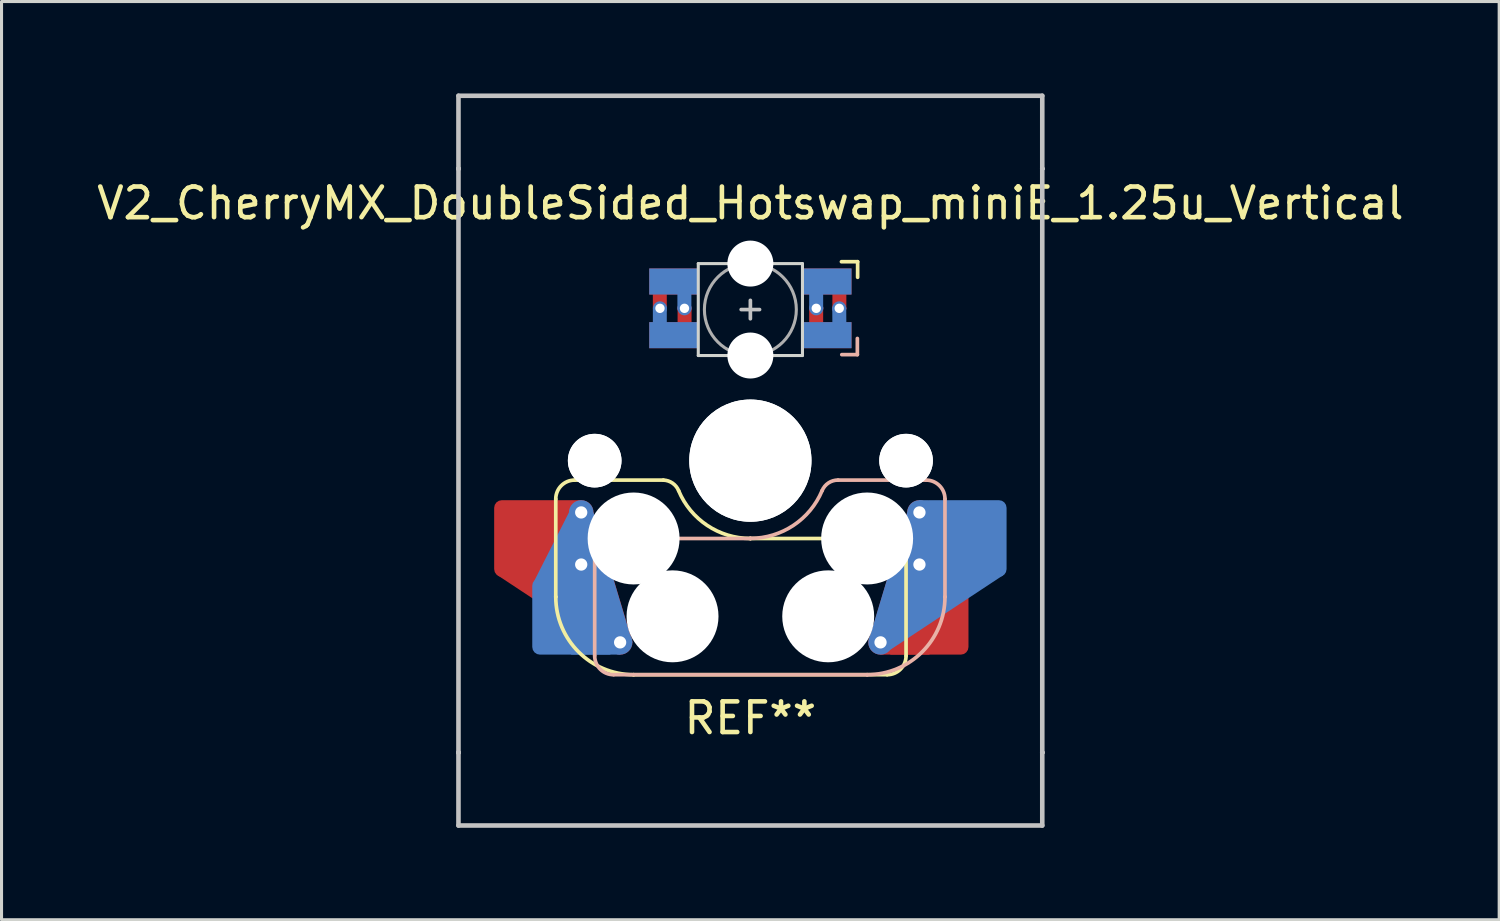
<source format=kicad_pcb>
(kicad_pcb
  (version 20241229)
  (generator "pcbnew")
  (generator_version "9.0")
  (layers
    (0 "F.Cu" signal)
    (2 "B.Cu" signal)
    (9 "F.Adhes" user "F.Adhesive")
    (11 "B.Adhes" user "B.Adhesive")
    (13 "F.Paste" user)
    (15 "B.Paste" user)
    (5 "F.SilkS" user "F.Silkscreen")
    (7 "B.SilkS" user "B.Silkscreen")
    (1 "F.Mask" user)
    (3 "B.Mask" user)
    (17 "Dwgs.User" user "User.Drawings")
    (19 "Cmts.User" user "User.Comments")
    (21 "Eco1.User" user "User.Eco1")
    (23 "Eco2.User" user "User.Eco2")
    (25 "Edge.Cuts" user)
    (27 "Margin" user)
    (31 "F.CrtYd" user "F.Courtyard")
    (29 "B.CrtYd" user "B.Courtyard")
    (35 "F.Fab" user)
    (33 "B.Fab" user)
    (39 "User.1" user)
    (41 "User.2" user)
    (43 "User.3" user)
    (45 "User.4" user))
  (footprint "V2_CherryMX_DoubleSided_Hotswap_miniE_1.25u_Vertical"
    (layer "F.Cu")
    (at 21.435 11.981)
    (property "Reference" "V2_CherryMX_DoubleSided_Hotswap_miniE_1.25u_Vertical" (at 0 -8.4 180) (layer "F.SilkS") (effects (font (size 1 1) (thickness 0.15))))
    (attr through_hole)
    (fp_poly (pts (xy -5.81 1.29) (xy -5.52 1.29) (xy -5.12 1.69) (xy -3.9 5.74) (xy -4.57 6.17) (xy -8.25 3.74)) (stroke (width 0) (type solid)) (fill yes) (layer "F.Cu"))
    (fp_poly (pts (xy 3.937 6) (xy 4.247 6.33) (xy 5.839 6.33) (xy 7.037 3.9) (xy 5.917 1.69) (xy 5.117 1.69) (xy 3.847 5.93) (xy 3.947 6.01)) (stroke (width 0) (type solid)) (fill yes) (layer "F.Cu"))
    (fp_poly (pts (xy -3.25 -6.22) (xy -1.75 -6.22) (xy -1.75 -5.47) (xy -3.25 -5.47)) (stroke (width 0.1) (type solid)) (fill yes) (layer "F.Mask"))
    (fp_poly (pts (xy -3.25 -4.47) (xy -1.75 -4.47) (xy -1.75 -3.72) (xy -3.25 -3.72)) (stroke (width 0.1) (type solid)) (fill yes) (layer "F.Mask"))
    (fp_poly (pts (xy 1.75 -4.47) (xy 3.25 -4.47) (xy 3.25 -3.72) (xy 1.75 -3.72)) (stroke (width 0.1) (type solid)) (fill yes) (layer "F.Mask"))
    (fp_poly (pts (xy 1.75 -6.22) (xy 2.85 -6.22) (xy 3.25 -5.82) (xy 3.25 -5.47) (xy 1.75 -5.47)) (stroke (width 0.1) (type solid)) (fill yes) (layer "F.Mask"))
    (fp_poly (pts (xy 5.807 1.29) (xy 5.517 1.29) (xy 5.117 1.69) (xy 3.897 5.74) (xy 4.567 6.17) (xy 8.247 3.74)) (stroke (width 0) (type solid)) (fill yes) (layer "B.Cu"))
    (fp_poly (pts (xy -3.94 6) (xy -4.25 6.33) (xy -5.842 6.33) (xy -7.04 3.9) (xy -5.92 1.69) (xy -5.12 1.69) (xy -3.85 5.93) (xy -3.95 6.01)) (stroke (width 0) (type solid)) (fill yes) (layer "B.Cu"))
    (fp_poly (pts (xy -3.25 -6.22) (xy -1.75 -6.22) (xy -1.75 -5.47) (xy -3.25 -5.47)) (stroke (width 0.1) (type solid)) (fill yes) (layer "B.Mask"))
    (fp_poly (pts (xy -3.25 -4.47) (xy -1.75 -4.47) (xy -1.75 -3.72) (xy -3.25 -3.72)) (stroke (width 0.1) (type solid)) (fill yes) (layer "B.Mask"))
    (fp_poly (pts (xy 1.75 -6.22) (xy 3.25 -6.22) (xy 3.25 -5.47) (xy 1.75 -5.47)) (stroke (width 0.1) (type solid)) (fill yes) (layer "B.Mask"))
    (fp_poly (pts (xy 1.75 -4.47) (xy 3.25 -4.47) (xy 3.25 -4.145) (xy 2.85 -3.72) (xy 1.75 -3.72)) (stroke (width 0.1) (type solid)) (fill yes) (layer "B.Mask"))
    (fp_line (start -6.35 4.445) (end -6.35 1.26) (stroke (width 0.12) (type solid)) (layer "F.SilkS"))
    (fp_line (start -6.35 4.445) (end -6.35 4.445) (stroke (width 0.12) (type solid)) (layer "F.SilkS"))
    (fp_line (start -5.73 0.635) (end -2.84 0.635) (stroke (width 0.12) (type solid)) (layer "F.SilkS"))
    (fp_line (start -3.81 6.985) (end -3.81 6.985) (stroke (width 0.12) (type solid)) (layer "F.SilkS"))
    (fp_line (start -3.81 6.985) (end 4.46 6.985) (stroke (width 0.12) (type solid)) (layer "F.SilkS"))
    (fp_line (start 0 2.54) (end 0 2.54) (stroke (width 0.12) (type solid)) (layer "F.SilkS"))
    (fp_line (start 0 2.54) (end 5.08 2.54) (stroke (width 0.12) (type solid)) (layer "F.SilkS"))
    (fp_line (start 3.5 -6.491) (end 2.972 -6.491) (stroke (width 0.12) (type solid)) (layer "F.SilkS"))
    (fp_line (start 3.5 -5.983) (end 3.5 -6.491) (stroke (width 0.12) (type solid)) (layer "F.SilkS"))
    (fp_line (start 5.08 2.54) (end 5.08 2.54) (stroke (width 0.12) (type solid)) (layer "F.SilkS"))
    (fp_line (start 5.08 2.54) (end 5.08 2.54) (stroke (width 0.12) (type solid)) (layer "F.SilkS"))
    (fp_line (start 5.08 6.37) (end 5.08 2.54) (stroke (width 0.12) (type solid)) (layer "F.SilkS"))
    (fp_arc (start -6.35 1.25) (mid -6.169871 0.815129) (end -5.735 0.635) (stroke (width 0.12) (type default)) (layer "F.SilkS"))
    (fp_arc (start -3.81 6.985) (mid -5.606051 6.241051) (end -6.35 4.445) (stroke (width 0.12) (type solid)) (layer "F.SilkS"))
    (fp_arc (start -2.840072 0.635) (mid -2.539136 0.734321) (end -2.34 0.980845) (stroke (width 0.12) (type default)) (layer "F.SilkS"))
    (fp_arc (start 0 2.54) (mid -1.405309 2.1152) (end -2.34 0.983072) (stroke (width 0.12) (type solid)) (layer "F.SilkS"))
    (fp_arc (start 5.080129 6.37) (mid 4.900001 6.804881) (end 4.465129 6.985) (stroke (width 0.12) (type default)) (layer "F.SilkS"))
    (fp_line (start -5.08 2.54) (end -5.08 2.54) (stroke (width 0.12) (type solid)) (layer "B.SilkS"))
    (fp_line (start -5.08 2.54) (end -5.08 2.54) (stroke (width 0.12) (type solid)) (layer "B.SilkS"))
    (fp_line (start -5.08 6.36) (end -5.08 2.54) (stroke (width 0.12) (type solid)) (layer "B.SilkS"))
    (fp_line (start -4.46 6.985) (end 3.81 6.985) (stroke (width 0.12) (type solid)) (layer "B.SilkS"))
    (fp_line (start 0 2.54) (end -5.08 2.54) (stroke (width 0.12) (type solid)) (layer "B.SilkS"))
    (fp_line (start 0 2.54) (end 0 2.54) (stroke (width 0.12) (type solid)) (layer "B.SilkS"))
    (fp_line (start 2.86 0.635) (end 5.72 0.635) (stroke (width 0.12) (type solid)) (layer "B.SilkS"))
    (fp_line (start 2.983 -3.459) (end 3.491 -3.459) (stroke (width 0.12) (type solid)) (layer "B.SilkS"))
    (fp_line (start 3.491 -3.459) (end 3.491 -3.987) (stroke (width 0.12) (type solid)) (layer "B.SilkS"))
    (fp_line (start 3.81 6.985) (end 3.81 6.985) (stroke (width 0.12) (type solid)) (layer "B.SilkS"))
    (fp_line (start 6.35 1.25) (end 6.35 4.445) (stroke (width 0.12) (type solid)) (layer "B.SilkS"))
    (fp_line (start 6.35 4.445) (end 6.35 4.445) (stroke (width 0.12) (type solid)) (layer "B.SilkS"))
    (fp_arc (start -4.465 6.985) (mid -4.899871 6.804871) (end -5.08 6.37) (stroke (width 0.12) (type default)) (layer "B.SilkS"))
    (fp_arc (start 2.34 0.98) (mid 1.405313 2.11213) (end 0 2.536928) (stroke (width 0.12) (type solid)) (layer "B.SilkS"))
    (fp_arc (start 2.34 0.98) (mid 2.547383 0.727891) (end 2.859999 0.633863) (stroke (width 0.12) (type default)) (layer "B.SilkS"))
    (fp_arc (start 5.735129 0.635) (mid 6.169981 0.81514) (end 6.350129 1.25) (stroke (width 0.12) (type default)) (layer "B.SilkS"))
    (fp_arc (start 6.35 4.445) (mid 5.606051 6.241051) (end 3.81 6.985) (stroke (width 0.12) (type solid)) (layer "B.SilkS"))
    (fp_line (start -9.525 -11.906) (end 9.525 -11.906) (stroke (width 0.15) (type solid)) (layer "Dwgs.User"))
    (fp_line (start -9.525 -9.525) (end -9.525 -9.525) (stroke (width 0.15) (type solid)) (layer "Dwgs.User"))
    (fp_line (start -9.525 -9.525) (end -9.525 -9.525) (stroke (width 0.15) (type solid)) (layer "Dwgs.User"))
    (fp_line (start -9.525 -9.525) (end -9.525 -9.525) (stroke (width 0.15) (type solid)) (layer "Dwgs.User"))
    (fp_line (start -9.525 -9.525) (end -9.525 -9.525) (stroke (width 0.15) (type solid)) (layer "Dwgs.User"))
    (fp_line (start -9.525 9.525) (end -9.525 9.525) (stroke (width 0.15) (type solid)) (layer "Dwgs.User"))
    (fp_line (start -9.525 9.525) (end -9.525 9.525) (stroke (width 0.15) (type solid)) (layer "Dwgs.User"))
    (fp_line (start -9.525 9.525) (end -9.525 9.525) (stroke (width 0.15) (type solid)) (layer "Dwgs.User"))
    (fp_line (start -9.525 9.525) (end -9.525 9.525) (stroke (width 0.15) (type solid)) (layer "Dwgs.User"))
    (fp_line (start -9.525 11.906) (end -9.525 -11.906) (stroke (width 0.15) (type solid)) (layer "Dwgs.User"))
    (fp_line (start -0.3 -4.93) (end 0.3 -4.93) (stroke (width 0.12) (type solid)) (layer "Dwgs.User"))
    (fp_line (start 0 -4.63) (end 0 -5.23) (stroke (width 0.12) (type solid)) (layer "Dwgs.User"))
    (fp_line (start 9.525 -11.906) (end 9.525 11.906) (stroke (width 0.15) (type solid)) (layer "Dwgs.User"))
    (fp_line (start 9.525 -9.525) (end 9.525 -9.525) (stroke (width 0.15) (type solid)) (layer "Dwgs.User"))
    (fp_line (start 9.525 -9.525) (end 9.525 -9.525) (stroke (width 0.15) (type solid)) (layer "Dwgs.User"))
    (fp_line (start 9.525 -9.525) (end 9.525 -9.525) (stroke (width 0.15) (type solid)) (layer "Dwgs.User"))
    (fp_line (start 9.525 -9.525) (end 9.525 -9.525) (stroke (width 0.15) (type solid)) (layer "Dwgs.User"))
    (fp_line (start 9.525 9.525) (end 9.525 9.525) (stroke (width 0.15) (type solid)) (layer "Dwgs.User"))
    (fp_line (start 9.525 9.525) (end 9.525 9.525) (stroke (width 0.15) (type solid)) (layer "Dwgs.User"))
    (fp_line (start 9.525 9.525) (end 9.525 9.525) (stroke (width 0.15) (type solid)) (layer "Dwgs.User"))
    (fp_line (start 9.525 9.525) (end 9.525 9.525) (stroke (width 0.15) (type solid)) (layer "Dwgs.User"))
    (fp_line (start 9.525 11.906) (end -9.525 11.906) (stroke (width 0.15) (type solid)) (layer "Dwgs.User"))
    (fp_line (start -1.7 -6.43) (end -1.7 -3.43) (stroke (width 0.1) (type solid)) (layer "Edge.Cuts"))
    (fp_line (start 1.7 -6.43) (end -1.7 -6.43) (stroke (width 0.1) (type solid)) (layer "Edge.Cuts"))
    (fp_line (start 1.7 -3.43) (end -1.7 -3.43) (stroke (width 0.1) (type solid)) (layer "Edge.Cuts"))
    (fp_line (start 1.7 -3.43) (end 1.7 -6.43) (stroke (width 0.1) (type solid)) (layer "Edge.Cuts"))
    (fp_circle (center 0 -4.93) (end 0 -6.43) (stroke (width 0.1) (type solid)) (fill no) (layer "F.Fab"))
    (fp_line (start -9.525 9.525) (end -9.525 -9.525) (stroke (width 0.15) (type solid)) (layer "User.2"))
    (fp_line (start 9.525 -9.525) (end -9.525 -9.525) (stroke (width 0.15) (type solid)) (layer "User.2"))
    (fp_line (start 9.525 9.525) (end -9.525 9.525) (stroke (width 0.15) (type solid)) (layer "User.2"))
    (fp_line (start 9.525 9.525) (end 9.525 -9.525) (stroke (width 0.15) (type solid)) (layer "User.2"))
    (fp_text user "REF**" (at 0 8.4 0) (unlocked yes) (layer "F.SilkS") (effects (font (size 1 1) (thickness 0.15))))
    (pad "" np_thru_hole circle (at -5.08 0 180) (size 1.75 1.75) (drill 1.75) (layers "*.Cu" "*.Mask"))
    (pad "" np_thru_hole circle (at -5.08 0 180) (size 1.75 1.75) (drill 1.75) (layers "*.Cu" "*.Mask"))
    (pad "" np_thru_hole circle (at -3.81 2.54 180) (size 3 3) (drill 3) (layers "*.Cu" "*.Mask"))
    (pad "" np_thru_hole circle (at -2.54 5.08 180) (size 3 3) (drill 3) (layers "*.Cu" "*.Mask"))
    (pad "" np_thru_hole circle (at 0 -6.43 180) (size 1.5 1.5) (drill 1.5) (layers "*.Cu" "*.Mask"))
    (pad "" np_thru_hole circle (at 0 -3.43 180) (size 1.5 1.5) (drill 1.5) (layers "*.Cu" "*.Mask"))
    (pad "" np_thru_hole circle (at 0 0 180) (size 3.988 3.988) (drill 3.988) (layers "*.Cu" "*.Mask"))
    (pad "" np_thru_hole circle (at 0 0 180) (size 3.988 3.988) (drill 3.988) (layers "*.Cu" "*.Mask"))
    (pad "" np_thru_hole circle (at 2.54 5.08 180) (size 3 3) (drill 3) (layers "*.Cu" "*.Mask"))
    (pad "" np_thru_hole circle (at 3.81 2.54 180) (size 3 3) (drill 3) (layers "*.Cu" "*.Mask"))
    (pad "" np_thru_hole circle (at 5.08 0 180) (size 1.75 1.75) (drill 1.75) (layers "*.Cu" "*.Mask"))
    (pad "" np_thru_hole circle (at 5.08 0 180) (size 1.75 1.75) (drill 1.75) (layers "*.Cu" "*.Mask"))
    (pad "1" smd custom (at -2.5 -5.845) (size 1.6 0.85) (layers "B.Cu") (options (anchor rect)) (primitives (gr_poly (pts (xy 0.525 0.896) (xy 0.169 0.896) (xy 0.169 0.325) (xy 0.525 0.325)) (width 0.1) (fill yes))))
    (pad "1" smd custom (at -2.5 -4.095) (size 1.6 0.85) (layers "F.Cu") (options (anchor rect)) (primitives (gr_poly (pts (xy 0.531 -0.275) (xy 0.175 -0.275) (xy 0.175 -0.898) (xy 0.531 -0.898)) (width 0.1) (fill yes))))
    (pad "1" thru_hole circle (at -2.15 -4.97 180) (size 0.457 0.457) (drill 0.305) (layers "*.Cu"))
    (pad "2" thru_hole circle (at -2.95 -4.97 180) (size 0.457 0.457) (drill 0.305) (layers "*.Cu"))
    (pad "2" smd custom (at -2.5 -5.845 180) (size 1.6 0.85) (layers "F.Cu") (options (anchor rect)) (primitives (gr_poly (pts (xy 0.632 -0.296) (xy 0.277 -0.296) (xy 0.277 -0.869) (xy 0.632 -0.869)) (width 0.1) (fill yes))))
    (pad "2" smd custom (at -2.5 -4.095 180) (size 1.6 0.85) (layers "B.Cu") (options (anchor rect)) (primitives (gr_poly (pts (xy 0.632 0.888) (xy 0.277 0.888) (xy 0.277 0.325) (xy 0.632 0.325)) (width 0.1) (fill yes))))
    (pad "3" smd custom (at 2.5 -5.845 180) (size 1.6 0.85) (layers "F.Cu") (options (anchor rect)) (primitives (gr_poly (pts (xy -0.226 -0.354) (xy -0.582 -0.354) (xy -0.582 -0.887) (xy -0.226 -0.887)) (width 0.1) (fill yes))))
    (pad "3" smd custom (at 2.5 -4.095 180) (size 1.6 0.85) (layers "B.Cu") (options (anchor rect)) (primitives (gr_poly (pts (xy -0.222 0.888) (xy -0.578 0.888) (xy -0.582 0.325) (xy -0.226 0.325)) (width 0.1) (fill yes))))
    (pad "3" thru_hole circle (at 2.9 -4.97 180) (size 0.457 0.457) (drill 0.305) (layers "*.Cu"))
    (pad "4" thru_hole circle (at 2.15 -4.97 180) (size 0.457 0.457) (drill 0.305) (layers "*.Cu"))
    (pad "4" smd custom (at 2.5 -5.845) (size 1.6 0.85) (layers "B.Cu") (options (anchor rect)) (primitives (gr_poly (pts (xy -0.175 0.886) (xy -0.531 0.886) (xy -0.531 0.175) (xy -0.175 0.175)) (width 0.1) (fill yes))))
    (pad "4" smd custom (at 2.5 -4.095) (size 1.6 0.85) (layers "F.Cu") (options (anchor rect)) (primitives (gr_poly (pts (xy -0.175 -0.175) (xy -0.531 -0.178) (xy -0.531 -0.903) (xy -0.175 -0.906)) (width 0.1) (fill yes))))
    (pad "5" thru_hole circle (at 4.247 5.93 180) (size 0.8 0.8) (drill 0.4) (layers "*.Cu"))
    (pad "5" thru_hole circle (at 5.517 1.69 180) (size 0.8 0.8) (drill 0.4) (layers "*.Cu"))
    (pad "5" thru_hole circle (at 5.517 3.39 180) (size 0.8 0.8) (drill 0.4) (layers "*.Cu"))
    (pad "5" smd roundrect (at 5.842 5.08 180) (size 2.55 2.5) (layers "F.Cu" "F.Mask" "F.Paste") (roundrect_rratio 0.1) (chamfer_ratio 0) (chamfer top_right bottom_right))
    (pad "5" smd roundrect (at 7.085 2.54 180) (size 2.55 2.5) (layers "B.Cu" "B.Mask" "B.Paste") (roundrect_rratio 0.1) (chamfer_ratio 0) (chamfer top_right bottom_right))
    (pad "6" smd roundrect (at -7.085 2.54 180) (size 2.55 2.5) (layers "F.Cu" "F.Mask" "F.Paste") (roundrect_rratio 0.1) (chamfer_ratio 0) (chamfer top_left bottom_left))
    (pad "6" smd roundrect (at -5.842 5.08 180) (size 2.55 2.5) (layers "B.Cu" "B.Mask" "B.Paste") (roundrect_rratio 0.1) (chamfer_ratio 0) (chamfer top_left bottom_left))
    (pad "6" thru_hole circle (at -5.52 1.69 180) (size 0.8 0.8) (drill 0.4) (layers "*.Cu"))
    (pad "6" thru_hole circle (at -5.52 3.39 180) (size 0.8 0.8) (drill 0.4) (layers "*.Cu"))
    (pad "6" thru_hole circle (at -4.25 5.93 180) (size 0.8 0.8) (drill 0.4) (layers "*.Cu")))
  (gr_rect
    (start -3 -3)
    (end 45.869 26.962)
    (stroke (width 0.1) (type default))
    (fill no)
    (layer "Edge.Cuts")))
</source>
